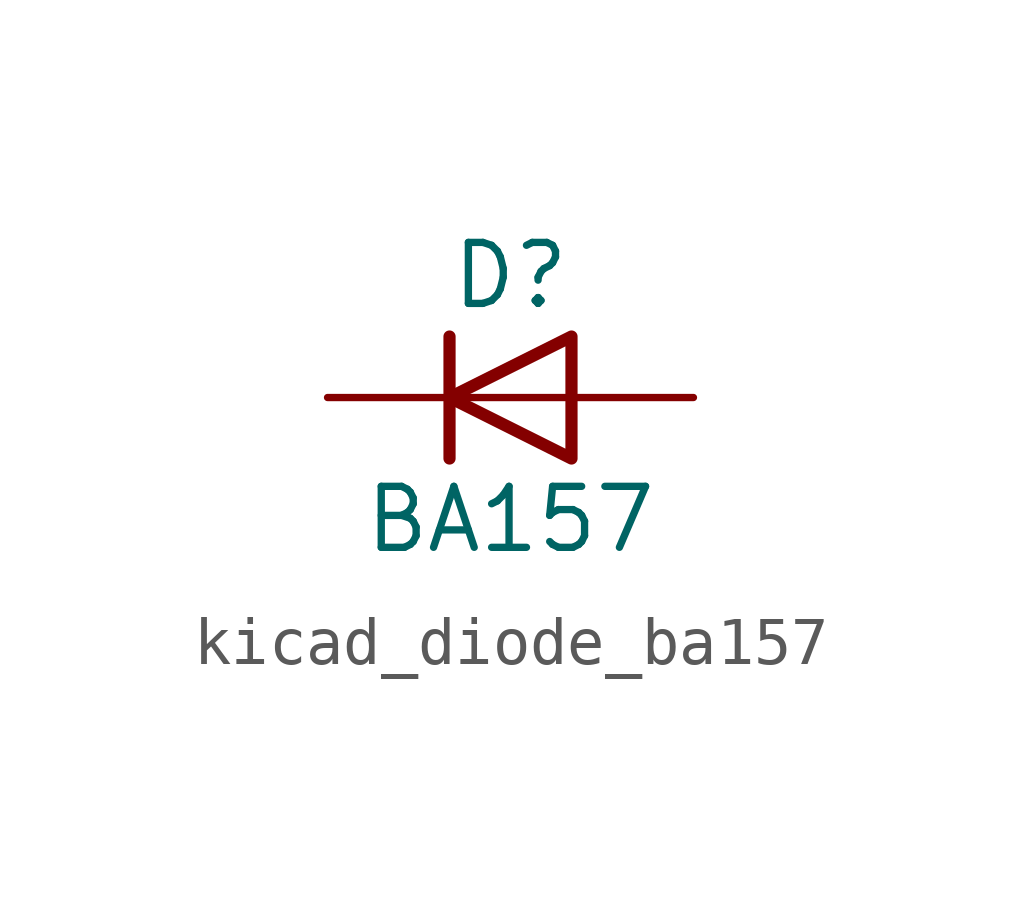
<source format=kicad_sym>
(kicad_symbol_lib
  (version 20220914)
  (generator kicad_symbol_editor)
  (symbol "kicad_diode_ba157"
    (pin_numbers hide)
    (pin_names hide)
    (property "Reference" "D"
      (at 0 2.54 0)
      (effects (font (size 1.27 1.27))))
    (property "Value" "BA157"
      (at 0 -2.54 0)
      (effects (font (size 1.27 1.27))))
    (symbol "kicad_diode_ba157_0_1"
      (polyline (pts (xy -1.27 1.27) (xy -1.27 -1.27)) (stroke (width 0.254) (type default)) (fill (type none)))
      (polyline (pts (xy 1.27 0) (xy -1.27 0)) (stroke (width 0) (type default)) (fill (type none)))
      (polyline (pts (xy 1.27 1.27) (xy 1.27 -1.27) (xy -1.27 0) (xy 1.27 1.27)) (stroke (width 0.254) (type default)) (fill (type none))))
    (symbol "kicad_diode_ba157_1_1"
      (pin passive line (at -3.81 0 0) (length 2.54) (name "K" (effects (font (size 1.27 1.27)))) (number "1" (effects (font (size 1.27 1.27)))))
      (pin passive line (at 3.81 0 180) (length 2.54) (name "A" (effects (font (size 1.27 1.27)))) (number "2" (effects (font (size 1.27 1.27))))))))
</source>
